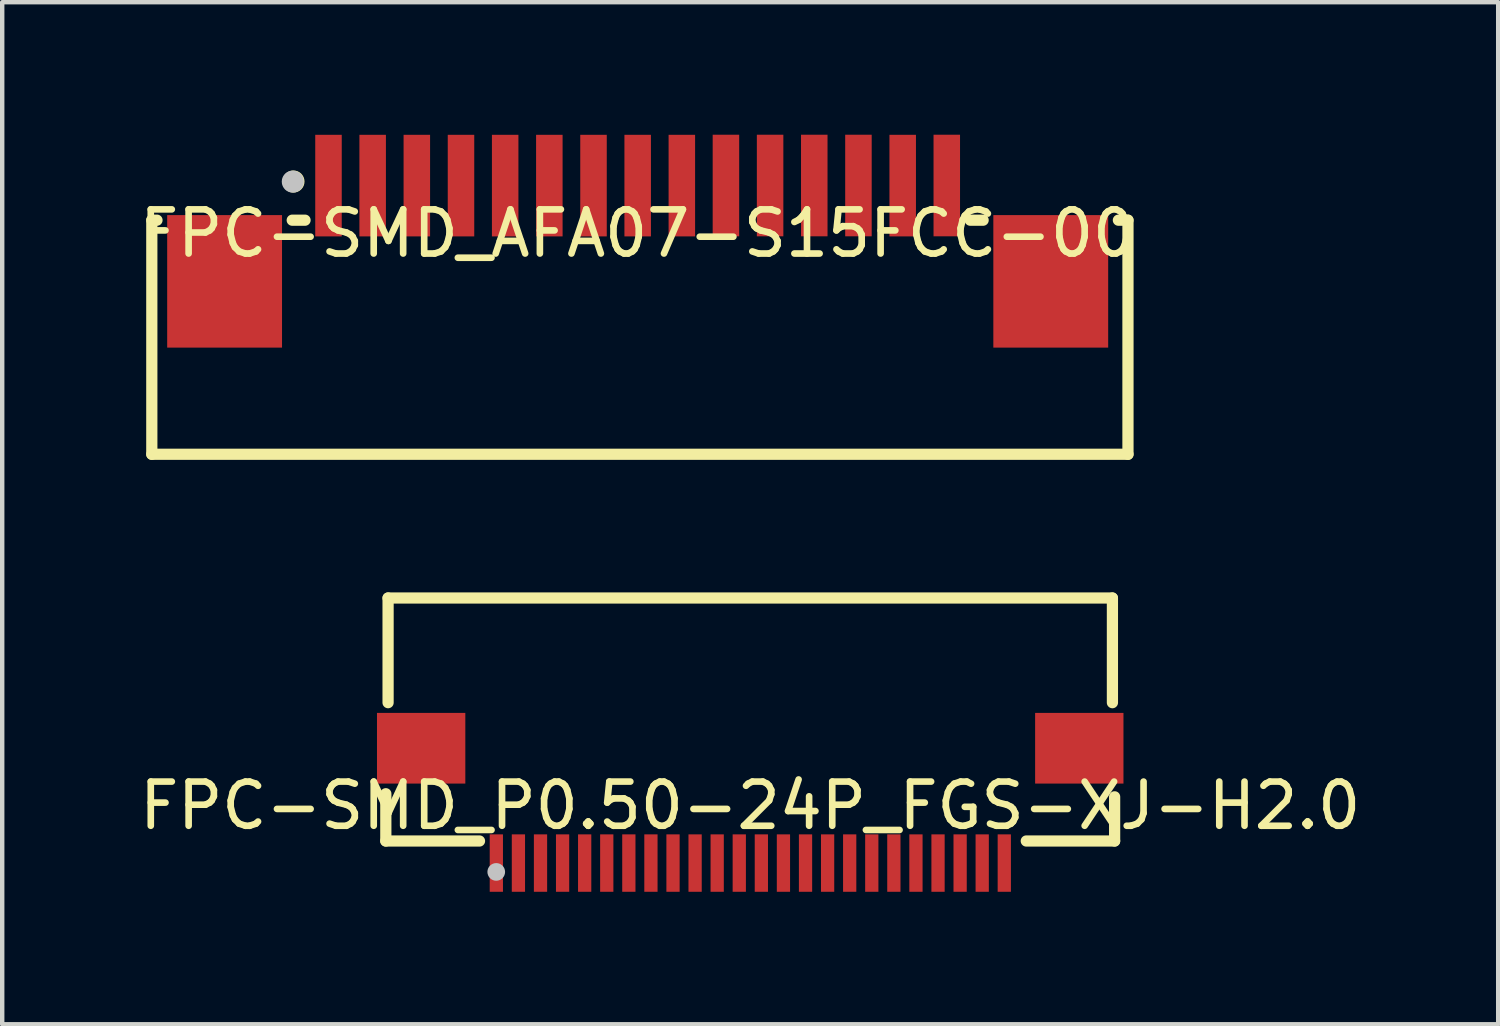
<source format=kicad_pcb>
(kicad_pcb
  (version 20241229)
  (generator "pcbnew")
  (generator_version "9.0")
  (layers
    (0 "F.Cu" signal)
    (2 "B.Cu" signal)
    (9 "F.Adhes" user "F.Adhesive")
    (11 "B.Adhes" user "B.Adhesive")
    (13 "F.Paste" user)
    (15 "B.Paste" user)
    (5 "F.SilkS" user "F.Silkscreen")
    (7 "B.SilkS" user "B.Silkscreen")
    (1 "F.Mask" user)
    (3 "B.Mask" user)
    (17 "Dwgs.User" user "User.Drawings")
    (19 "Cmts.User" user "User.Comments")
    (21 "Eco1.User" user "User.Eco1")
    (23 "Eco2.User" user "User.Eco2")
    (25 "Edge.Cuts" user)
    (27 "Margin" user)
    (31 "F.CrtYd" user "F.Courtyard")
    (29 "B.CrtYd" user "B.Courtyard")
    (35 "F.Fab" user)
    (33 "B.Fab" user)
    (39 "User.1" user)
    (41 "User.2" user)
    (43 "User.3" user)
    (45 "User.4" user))
  (footprint "FPC-SMD_P0.50-24P_FGS-XJ-H2.0"
    (layer "F.Cu")
    (at 13.935 15.19)
    (property "Reference" "FPC-SMD_P0.50-24P_FGS-XJ-H2.0" (at 0 0 0) (layer "F.SilkS") (effects (font (size 1 1) (thickness 0.15))))
    (fp_line (start -8.25 -0.27) (end -8.25 0.8) (stroke (width 0.254) (type default)) (layer "F.SilkS"))
    (fp_line (start -8.25 0.8) (end -6.129 0.8) (stroke (width 0.254) (type default)) (layer "F.SilkS"))
    (fp_line (start -8.199 -4.701) (end -8.199 -2.332) (stroke (width 0.254) (type default)) (layer "F.SilkS"))
    (fp_line (start -8.199 -4.701) (end 8.199 -4.701) (stroke (width 0.254) (type default)) (layer "F.SilkS"))
    (fp_line (start 6.25 0.8) (end 8.25 0.8) (stroke (width 0.254) (type default)) (layer "F.SilkS"))
    (fp_line (start 8.2 -2.332) (end 8.2 -4.701) (stroke (width 0.254) (type default)) (layer "F.SilkS"))
    (fp_line (start 8.25 0.8) (end 8.25 -0.2) (stroke (width 0.254) (type default)) (layer "F.SilkS"))
    (fp_circle (center -5.75 1.5) (end -5.65 1.5) (stroke (width 0.2) (type default)) (fill no) (layer "Dwgs.User"))
    (fp_poly (pts (xy -8.198 -0.55) (xy -8.198 -2.05) (xy -6.899 -2.05) (xy -6.899 -0.55)) (stroke (width 0.1) (type default)) (fill no) (layer "User.1"))
    (fp_poly (pts (xy -5.848 1.301) (xy -5.848 0.601) (xy -5.647 0.601) (xy -5.647 1.301)) (stroke (width 0.1) (type default)) (fill no) (layer "User.1"))
    (fp_poly (pts (xy -5.348 1.301) (xy -5.348 0.601) (xy -5.147 0.601) (xy -5.147 1.301)) (stroke (width 0.1) (type default)) (fill no) (layer "User.1"))
    (fp_poly (pts (xy -4.848 1.301) (xy -4.848 0.601) (xy -4.647 0.601) (xy -4.647 1.301)) (stroke (width 0.1) (type default)) (fill no) (layer "User.1"))
    (fp_poly (pts (xy -4.348 1.301) (xy -4.348 0.601) (xy -4.147 0.601) (xy -4.147 1.301)) (stroke (width 0.1) (type default)) (fill no) (layer "User.1"))
    (fp_poly (pts (xy -3.848 1.301) (xy -3.848 0.601) (xy -3.647 0.601) (xy -3.647 1.301)) (stroke (width 0.1) (type default)) (fill no) (layer "User.1"))
    (fp_poly (pts (xy -3.348 1.301) (xy -3.348 0.601) (xy -3.147 0.601) (xy -3.147 1.301)) (stroke (width 0.1) (type default)) (fill no) (layer "User.1"))
    (fp_poly (pts (xy -2.848 1.301) (xy -2.848 0.601) (xy -2.647 0.601) (xy -2.647 1.301)) (stroke (width 0.1) (type default)) (fill no) (layer "User.1"))
    (fp_poly (pts (xy -2.348 1.302) (xy -2.348 0.602) (xy -2.147 0.602) (xy -2.147 1.302)) (stroke (width 0.1) (type default)) (fill no) (layer "User.1"))
    (fp_poly (pts (xy -1.847 1.301) (xy -1.847 0.601) (xy -1.647 0.601) (xy -1.647 1.301)) (stroke (width 0.1) (type default)) (fill no) (layer "User.1"))
    (fp_poly (pts (xy -1.347 1.301) (xy -1.347 0.601) (xy -1.147 0.601) (xy -1.147 1.301)) (stroke (width 0.1) (type default)) (fill no) (layer "User.1"))
    (fp_poly (pts (xy -0.848 1.301) (xy -0.848 0.601) (xy -0.647 0.601) (xy -0.647 1.301)) (stroke (width 0.1) (type default)) (fill no) (layer "User.1"))
    (fp_poly (pts (xy -0.347 1.301) (xy -0.347 0.601) (xy -0.147 0.601) (xy -0.147 1.301)) (stroke (width 0.1) (type default)) (fill no) (layer "User.1"))
    (fp_poly (pts (xy 0.152 1.301) (xy 0.152 0.601) (xy 0.352 0.601) (xy 0.352 1.301)) (stroke (width 0.1) (type default)) (fill no) (layer "User.1"))
    (fp_poly (pts (xy 0.652 1.301) (xy 0.652 0.601) (xy 0.853 0.601) (xy 0.853 1.301)) (stroke (width 0.1) (type default)) (fill no) (layer "User.1"))
    (fp_poly (pts (xy 1.153 1.301) (xy 1.153 0.601) (xy 1.353 0.601) (xy 1.353 1.301)) (stroke (width 0.1) (type default)) (fill no) (layer "User.1"))
    (fp_poly (pts (xy 1.653 1.301) (xy 1.653 0.601) (xy 1.853 0.601) (xy 1.853 1.301)) (stroke (width 0.1) (type default)) (fill no) (layer "User.1"))
    (fp_poly (pts (xy 2.152 1.301) (xy 2.152 0.601) (xy 2.353 0.601) (xy 2.353 1.301)) (stroke (width 0.1) (type default)) (fill no) (layer "User.1"))
    (fp_poly (pts (xy 2.652 1.301) (xy 2.652 0.601) (xy 2.853 0.601) (xy 2.853 1.301)) (stroke (width 0.1) (type default)) (fill no) (layer "User.1"))
    (fp_poly (pts (xy 3.152 1.301) (xy 3.152 0.601) (xy 3.353 0.601) (xy 3.353 1.301)) (stroke (width 0.1) (type default)) (fill no) (layer "User.1"))
    (fp_poly (pts (xy 3.652 1.301) (xy 3.652 0.601) (xy 3.853 0.601) (xy 3.853 1.301)) (stroke (width 0.1) (type default)) (fill no) (layer "User.1"))
    (fp_poly (pts (xy 4.152 1.301) (xy 4.152 0.601) (xy 4.353 0.601) (xy 4.353 1.301)) (stroke (width 0.1) (type default)) (fill no) (layer "User.1"))
    (fp_poly (pts (xy 4.652 1.301) (xy 4.652 0.601) (xy 4.853 0.601) (xy 4.853 1.301)) (stroke (width 0.1) (type default)) (fill no) (layer "User.1"))
    (fp_poly (pts (xy 5.152 1.301) (xy 5.152 0.601) (xy 5.353 0.601) (xy 5.353 1.301)) (stroke (width 0.1) (type default)) (fill no) (layer "User.1"))
    (fp_poly (pts (xy 5.652 1.301) (xy 5.652 0.601) (xy 5.853 0.601) (xy 5.853 1.301)) (stroke (width 0.1) (type default)) (fill no) (layer "User.1"))
    (fp_poly (pts (xy 8.198 -2.051) (xy 8.198 -0.55) (xy 6.899 -0.55) (xy 6.899 -2.051)) (stroke (width 0.1) (type default)) (fill no) (layer "User.1"))
    (fp_line (start -8.2 -4.7) (end 8.2 -4.7) (stroke (width 0.051) (type default)) (layer "User.2"))
    (fp_line (start -8.2 0.7) (end -8.2 -4.7) (stroke (width 0.051) (type default)) (layer "User.2"))
    (fp_line (start 8.2 -4.7) (end 8.2 0.7) (stroke (width 0.051) (type default)) (layer "User.2"))
    (fp_line (start 8.2 0.7) (end -8.2 0.7) (stroke (width 0.051) (type default)) (layer "User.2"))
    (fp_poly (pts (xy -8.14 1.302) (xy -8.158 1.259) (xy -8.2 1.242) (xy -8.242 1.259) (xy -8.26 1.302) (xy -8.242 1.344) (xy -8.2 1.361) (xy -8.158 1.344)) (stroke (width 0.1) (type default)) (fill no) (layer "User.3"))
    (pad "1" smd rect (at -5.748 1.3) (size 0.3 1.3) (layers "F.Cu" "F.Mask" "F.Paste"))
    (pad "2" smd rect (at -5.248 1.3) (size 0.3 1.3) (layers "F.Cu" "F.Mask" "F.Paste"))
    (pad "3" smd rect (at -4.748 1.3) (size 0.3 1.3) (layers "F.Cu" "F.Mask" "F.Paste"))
    (pad "4" smd rect (at -4.248 1.3) (size 0.3 1.3) (layers "F.Cu" "F.Mask" "F.Paste"))
    (pad "5" smd rect (at -3.748 1.3) (size 0.3 1.3) (layers "F.Cu" "F.Mask" "F.Paste"))
    (pad "6" smd rect (at -3.248 1.3) (size 0.3 1.3) (layers "F.Cu" "F.Mask" "F.Paste"))
    (pad "7" smd rect (at -2.748 1.3) (size 0.3 1.3) (layers "F.Cu" "F.Mask" "F.Paste"))
    (pad "8" smd rect (at -2.248 1.3) (size 0.3 1.3) (layers "F.Cu" "F.Mask" "F.Paste"))
    (pad "9" smd rect (at -1.748 1.3) (size 0.3 1.3) (layers "F.Cu" "F.Mask" "F.Paste"))
    (pad "10" smd rect (at -1.248 1.3) (size 0.3 1.3) (layers "F.Cu" "F.Mask" "F.Paste"))
    (pad "11" smd rect (at -0.748 1.3) (size 0.3 1.3) (layers "F.Cu" "F.Mask" "F.Paste"))
    (pad "12" smd rect (at -0.248 1.3) (size 0.3 1.3) (layers "F.Cu" "F.Mask" "F.Paste"))
    (pad "13" smd rect (at 0.252 1.3) (size 0.3 1.3) (layers "F.Cu" "F.Mask" "F.Paste"))
    (pad "14" smd rect (at 0.752 1.3) (size 0.3 1.3) (layers "F.Cu" "F.Mask" "F.Paste"))
    (pad "15" smd rect (at 1.252 1.3) (size 0.3 1.3) (layers "F.Cu" "F.Mask" "F.Paste"))
    (pad "16" smd rect (at 1.752 1.3) (size 0.3 1.3) (layers "F.Cu" "F.Mask" "F.Paste"))
    (pad "17" smd rect (at 2.252 1.3) (size 0.3 1.3) (layers "F.Cu" "F.Mask" "F.Paste"))
    (pad "18" smd rect (at 2.752 1.3) (size 0.3 1.3) (layers "F.Cu" "F.Mask" "F.Paste"))
    (pad "19" smd rect (at 3.252 1.3) (size 0.3 1.3) (layers "F.Cu" "F.Mask" "F.Paste"))
    (pad "20" smd rect (at 3.752 1.3) (size 0.3 1.3) (layers "F.Cu" "F.Mask" "F.Paste"))
    (pad "21" smd rect (at 4.252 1.3) (size 0.3 1.3) (layers "F.Cu" "F.Mask" "F.Paste"))
    (pad "22" smd rect (at 4.752 1.3) (size 0.3 1.3) (layers "F.Cu" "F.Mask" "F.Paste"))
    (pad "23" smd rect (at 5.252 1.3) (size 0.3 1.3) (layers "F.Cu" "F.Mask" "F.Paste"))
    (pad "24" smd rect (at 5.752 1.3) (size 0.3 1.3) (layers "F.Cu" "F.Mask" "F.Paste"))
    (pad "25" smd rect (at 7.45 -1.3 270) (size 1.6 2) (layers "F.Cu" "F.Mask" "F.Paste"))
    (pad "26" smd rect (at -7.45 -1.3 270) (size 1.6 2) (layers "F.Cu" "F.Mask" "F.Paste")))
  (footprint "FPC-SMD_AFA07-S15FCC-00"
    (layer "F.Cu")
    (at 11.387 2.235)
    (property "Reference" "FPC-SMD_AFA07-S15FCC-00" (at 0 0 0) (layer "F.SilkS") (effects (font (size 1 1) (thickness 0.15))))
    (fp_line (start -11 -0.3) (end -11 5) (stroke (width 0.254) (type default)) (layer "F.SilkS"))
    (fp_line (start -11 5) (end 11.1 5) (stroke (width 0.254) (type default)) (layer "F.SilkS"))
    (fp_line (start -10.883 -0.3) (end -11 -0.3) (stroke (width 0.254) (type default)) (layer "F.SilkS"))
    (fp_line (start -7.531 -0.3) (end -7.821 -0.3) (stroke (width 0.254) (type default)) (layer "F.SilkS"))
    (fp_line (start 7.821 -0.3) (end 7.529 -0.3) (stroke (width 0.254) (type default)) (layer "F.SilkS"))
    (fp_line (start 11.1 -0.3) (end 10.883 -0.3) (stroke (width 0.254) (type default)) (layer "F.SilkS"))
    (fp_line (start 11.1 5) (end 11.1 -0.3) (stroke (width 0.254) (type default)) (layer "F.SilkS"))
    (fp_circle (center -7.793 -1.175) (end -7.668 -1.175) (stroke (width 0.25) (type default)) (fill no) (layer "F.SilkS"))
    (fp_circle (center -7.808 -1.173) (end -7.683 -1.173) (stroke (width 0.25) (type default)) (fill no) (layer "Dwgs.User"))
    (fp_poly (pts (xy -10.392 -0.283) (xy -8.312 -0.283) (xy -8.312 2.117) (xy -10.392 2.117)) (stroke (width 0.1) (type default)) (fill no) (layer "User.1"))
    (fp_poly (pts (xy -7.125 -1.73) (xy -6.875 -1.73) (xy -6.875 -0.281) (xy -7.125 -0.281)) (stroke (width 0.1) (type default)) (fill no) (layer "User.1"))
    (fp_poly (pts (xy -6.125 -1.73) (xy -5.875 -1.73) (xy -5.875 -0.281) (xy -6.125 -0.281)) (stroke (width 0.1) (type default)) (fill no) (layer "User.1"))
    (fp_poly (pts (xy -5.125 -1.73) (xy -4.875 -1.73) (xy -4.875 -0.281) (xy -5.125 -0.281)) (stroke (width 0.1) (type default)) (fill no) (layer "User.1"))
    (fp_poly (pts (xy -4.125 -1.73) (xy -3.875 -1.73) (xy -3.875 -0.281) (xy -4.125 -0.281)) (stroke (width 0.1) (type default)) (fill no) (layer "User.1"))
    (fp_poly (pts (xy -3.125 -1.73) (xy -2.875 -1.73) (xy -2.875 -0.281) (xy -3.125 -0.281)) (stroke (width 0.1) (type default)) (fill no) (layer "User.1"))
    (fp_poly (pts (xy -2.125 -1.73) (xy -1.875 -1.73) (xy -1.875 -0.281) (xy -2.125 -0.281)) (stroke (width 0.1) (type default)) (fill no) (layer "User.1"))
    (fp_poly (pts (xy -1.125 -1.73) (xy -0.875 -1.73) (xy -0.875 -0.281) (xy -1.125 -0.281)) (stroke (width 0.1) (type default)) (fill no) (layer "User.1"))
    (fp_poly (pts (xy -0.125 -1.73) (xy 0.125 -1.73) (xy 0.125 -0.281) (xy -0.125 -0.281)) (stroke (width 0.1) (type default)) (fill no) (layer "User.1"))
    (fp_poly (pts (xy 0.875 -1.73) (xy 1.125 -1.73) (xy 1.125 -0.281) (xy 0.875 -0.281)) (stroke (width 0.1) (type default)) (fill no) (layer "User.1"))
    (fp_poly (pts (xy 1.873 -1.732) (xy 2.123 -1.732) (xy 2.123 -0.282) (xy 1.873 -0.282)) (stroke (width 0.1) (type default)) (fill no) (layer "User.1"))
    (fp_poly (pts (xy 2.873 -1.732) (xy 3.123 -1.732) (xy 3.123 -0.282) (xy 2.873 -0.282)) (stroke (width 0.1) (type default)) (fill no) (layer "User.1"))
    (fp_poly (pts (xy 3.873 -1.732) (xy 4.123 -1.732) (xy 4.123 -0.282) (xy 3.873 -0.282)) (stroke (width 0.1) (type default)) (fill no) (layer "User.1"))
    (fp_poly (pts (xy 4.873 -1.732) (xy 5.123 -1.732) (xy 5.123 -0.282) (xy 4.873 -0.282)) (stroke (width 0.1) (type default)) (fill no) (layer "User.1"))
    (fp_poly (pts (xy 5.875 -1.73) (xy 6.125 -1.73) (xy 6.125 -0.281) (xy 5.875 -0.281)) (stroke (width 0.1) (type default)) (fill no) (layer "User.1"))
    (fp_poly (pts (xy 6.873 -1.732) (xy 7.123 -1.732) (xy 7.123 -0.282) (xy 6.873 -0.282)) (stroke (width 0.1) (type default)) (fill no) (layer "User.1"))
    (fp_poly (pts (xy 8.312 -0.283) (xy 10.392 -0.283) (xy 10.392 2.117) (xy 8.312 2.117)) (stroke (width 0.1) (type default)) (fill no) (layer "User.1"))
    (fp_line (start -10.997 -0.283) (end 11.003 -0.283) (stroke (width 0.051) (type default)) (layer "User.2"))
    (fp_line (start -10.997 5.017) (end -10.997 -0.283) (stroke (width 0.051) (type default)) (layer "User.2"))
    (fp_line (start 11.003 -0.283) (end 11.003 5.017) (stroke (width 0.051) (type default)) (layer "User.2"))
    (fp_line (start 11.003 5.017) (end -10.997 5.017) (stroke (width 0.051) (type default)) (layer "User.2"))
    (fp_poly (pts (xy -10.94 -1.81) (xy -10.958 -1.852) (xy -11 -1.87) (xy -11.042 -1.852) (xy -11.06 -1.81) (xy -11.042 -1.768) (xy -11 -1.75) (xy -10.958 -1.768)) (stroke (width 0.1) (type default)) (fill no) (layer "User.3"))
    (pad "1" smd rect (at -7 -1.083) (size 0.6 2.3) (layers "F.Cu" "F.Mask" "F.Paste"))
    (pad "2" smd rect (at -6 -1.083) (size 0.6 2.3) (layers "F.Cu" "F.Mask" "F.Paste"))
    (pad "3" smd rect (at -5 -1.083) (size 0.6 2.3) (layers "F.Cu" "F.Mask" "F.Paste"))
    (pad "4" smd rect (at -4 -1.083) (size 0.6 2.3) (layers "F.Cu" "F.Mask" "F.Paste"))
    (pad "5" smd rect (at -3 -1.083) (size 0.6 2.3) (layers "F.Cu" "F.Mask" "F.Paste"))
    (pad "6" smd rect (at -2 -1.083) (size 0.6 2.3) (layers "F.Cu" "F.Mask" "F.Paste"))
    (pad "7" smd rect (at -1 -1.083) (size 0.6 2.3) (layers "F.Cu" "F.Mask" "F.Paste"))
    (pad "8" smd rect (at 0 -1.083) (size 0.6 2.3) (layers "F.Cu" "F.Mask" "F.Paste"))
    (pad "9" smd rect (at 1 -1.083) (size 0.6 2.3) (layers "F.Cu" "F.Mask" "F.Paste"))
    (pad "10" smd rect (at 1.998 -1.085) (size 0.6 2.3) (layers "F.Cu" "F.Mask" "F.Paste"))
    (pad "11" smd rect (at 2.998 -1.085) (size 0.6 2.3) (layers "F.Cu" "F.Mask" "F.Paste"))
    (pad "12" smd rect (at 3.998 -1.085) (size 0.6 2.3) (layers "F.Cu" "F.Mask" "F.Paste"))
    (pad "13" smd rect (at 4.998 -1.085) (size 0.6 2.3) (layers "F.Cu" "F.Mask" "F.Paste"))
    (pad "14" smd rect (at 6 -1.083) (size 0.6 2.3) (layers "F.Cu" "F.Mask" "F.Paste"))
    (pad "15" smd rect (at 6.998 -1.085) (size 0.6 2.3) (layers "F.Cu" "F.Mask" "F.Paste"))
    (pad "16" smd rect (at -9.352 1.085) (size 2.6 3) (layers "F.Cu" "F.Mask" "F.Paste"))
    (pad "17" smd rect (at 9.352 1.085) (size 2.6 3) (layers "F.Cu" "F.Mask" "F.Paste")))
  (gr_rect
    (start -3 -3)
    (end 30.869 20.14)
    (stroke (width 0.1) (type default))
    (fill no)
    (layer "Edge.Cuts")))
</source>
